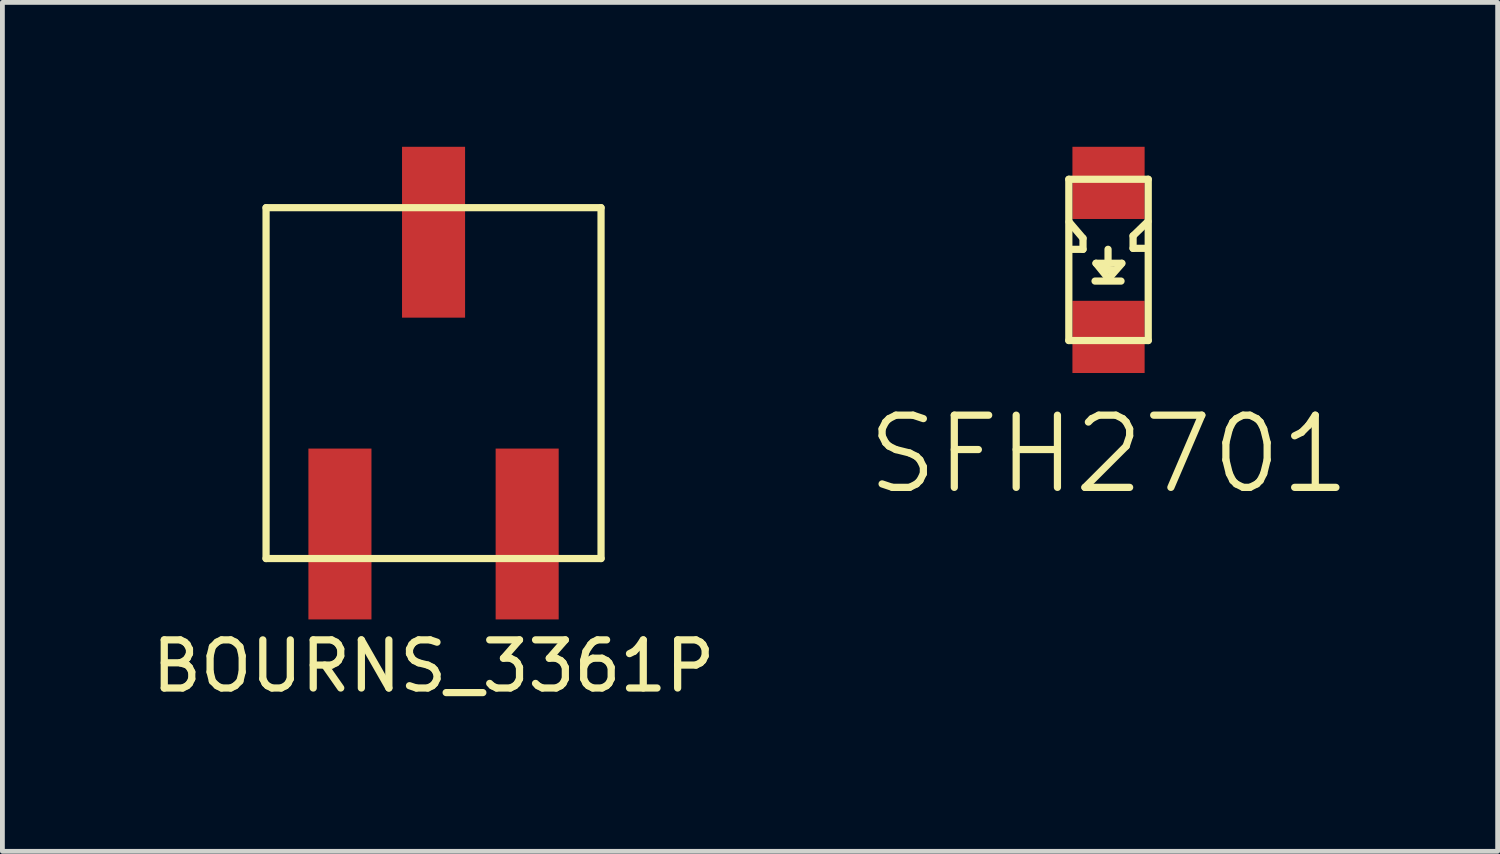
<source format=kicad_pcb>
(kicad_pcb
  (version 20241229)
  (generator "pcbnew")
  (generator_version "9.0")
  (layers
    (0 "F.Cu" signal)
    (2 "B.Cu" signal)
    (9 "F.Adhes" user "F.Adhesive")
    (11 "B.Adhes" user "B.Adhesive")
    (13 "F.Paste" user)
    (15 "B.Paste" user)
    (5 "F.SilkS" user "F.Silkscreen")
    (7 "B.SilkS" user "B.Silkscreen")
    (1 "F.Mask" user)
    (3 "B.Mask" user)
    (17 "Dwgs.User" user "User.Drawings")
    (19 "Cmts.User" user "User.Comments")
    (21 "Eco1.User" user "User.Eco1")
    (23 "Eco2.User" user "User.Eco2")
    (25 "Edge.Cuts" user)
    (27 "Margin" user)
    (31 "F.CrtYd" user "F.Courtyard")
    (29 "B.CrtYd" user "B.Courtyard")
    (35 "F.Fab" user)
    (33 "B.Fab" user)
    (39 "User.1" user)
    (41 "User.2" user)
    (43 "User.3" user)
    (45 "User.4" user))
  (footprint "SFH2701"
    (layer "F.Cu")
    (at 19.982 2.35)
    (property "Reference" "SFH2701" (at 0.01 4.04 0) (layer "F.SilkS") (effects (font (size 1.5 1.5) (thickness 0.15))))
    (attr through_hole)
    (fp_line (start -0.825 -1.675) (end 0.825 -1.675) (stroke (width 0.15) (type solid)) (layer "F.SilkS"))
    (fp_line (start -0.825 1.675) (end -0.825 -1.675) (stroke (width 0.15) (type solid)) (layer "F.SilkS"))
    (fp_line (start -0.82 -0.79) (end -0.53 -0.45) (stroke (width 0.15) (type solid)) (layer "F.SilkS"))
    (fp_line (start -0.53 -0.45) (end -0.53 -0.22) (stroke (width 0.15) (type solid)) (layer "F.SilkS"))
    (fp_line (start -0.53 -0.22) (end -0.8 -0.22) (stroke (width 0.15) (type solid)) (layer "F.SilkS"))
    (fp_line (start -0.01 0.08) (end -0.01 -0.22) (stroke (width 0.15) (type solid)) (layer "F.SilkS"))
    (fp_line (start 0 0.39) (end -0.26 0.07) (stroke (width 0.15) (type solid)) (layer "F.SilkS"))
    (fp_line (start 0.12 0.22) (end -0.07 0.19) (stroke (width 0.15) (type solid)) (layer "F.SilkS"))
    (fp_line (start 0.26 0.44) (end -0.28 0.44) (stroke (width 0.15) (type solid)) (layer "F.SilkS"))
    (fp_line (start 0.27 0.07) (end -0.26 0.07) (stroke (width 0.15) (type solid)) (layer "F.SilkS"))
    (fp_line (start 0.28 0.07) (end 0 0.39) (stroke (width 0.15) (type solid)) (layer "F.SilkS"))
    (fp_line (start 0.51 -0.5) (end 0.51 -0.24) (stroke (width 0.15) (type solid)) (layer "F.SilkS"))
    (fp_line (start 0.51 -0.24) (end 0.79 -0.24) (stroke (width 0.15) (type solid)) (layer "F.SilkS"))
    (fp_line (start 0.82 -0.8) (end 0.51 -0.5) (stroke (width 0.15) (type solid)) (layer "F.SilkS"))
    (fp_line (start 0.825 -1.675) (end 0.825 1.675) (stroke (width 0.15) (type solid)) (layer "F.SilkS"))
    (fp_line (start 0.825 1.675) (end -0.825 1.675) (stroke (width 0.15) (type solid)) (layer "F.SilkS"))
    (pad "1" smd rect (at 0 -1.6) (size 1.5 1.5) (layers "F.Cu" "F.Mask" "F.Paste"))
    (pad "2" smd rect (at 0 1.6) (size 1.5 1.5) (layers "F.Cu" "F.Mask" "F.Paste")))
  (footprint "BOURNS_3361P"
    (layer "F.Cu")
    (at 5.958 4.91)
    (property "Reference" "BOURNS_3361P" (at 0 5.88 0) (layer "F.SilkS") (effects (font (size 1 1) (thickness 0.15))))
    (attr through_hole)
    (fp_line (start -3.48 -3.645) (end 3.48 -3.645) (stroke (width 0.15) (type solid)) (layer "F.SilkS"))
    (fp_line (start -3.48 3.645) (end -3.48 -3.645) (stroke (width 0.15) (type solid)) (layer "F.SilkS"))
    (fp_line (start 3.48 -3.645) (end 3.48 3.645) (stroke (width 0.15) (type solid)) (layer "F.SilkS"))
    (fp_line (start 3.48 3.645) (end -3.48 3.645) (stroke (width 0.15) (type solid)) (layer "F.SilkS"))
    (pad "1" smd rect (at -1.945 3.135) (size 1.31 3.55) (layers "F.Cu" "F.Mask" "F.Paste"))
    (pad "2" smd rect (at 0 -3.135) (size 1.31 3.55) (layers "F.Cu" "F.Mask" "F.Paste"))
    (pad "3" smd rect (at 1.945 3.135) (size 1.31 3.55) (layers "F.Cu" "F.Mask" "F.Paste")))
  (gr_rect
    (start -3 -3)
    (end 28.067 14.638)
    (stroke (width 0.1) (type default))
    (fill no)
    (layer "Edge.Cuts")))
</source>
